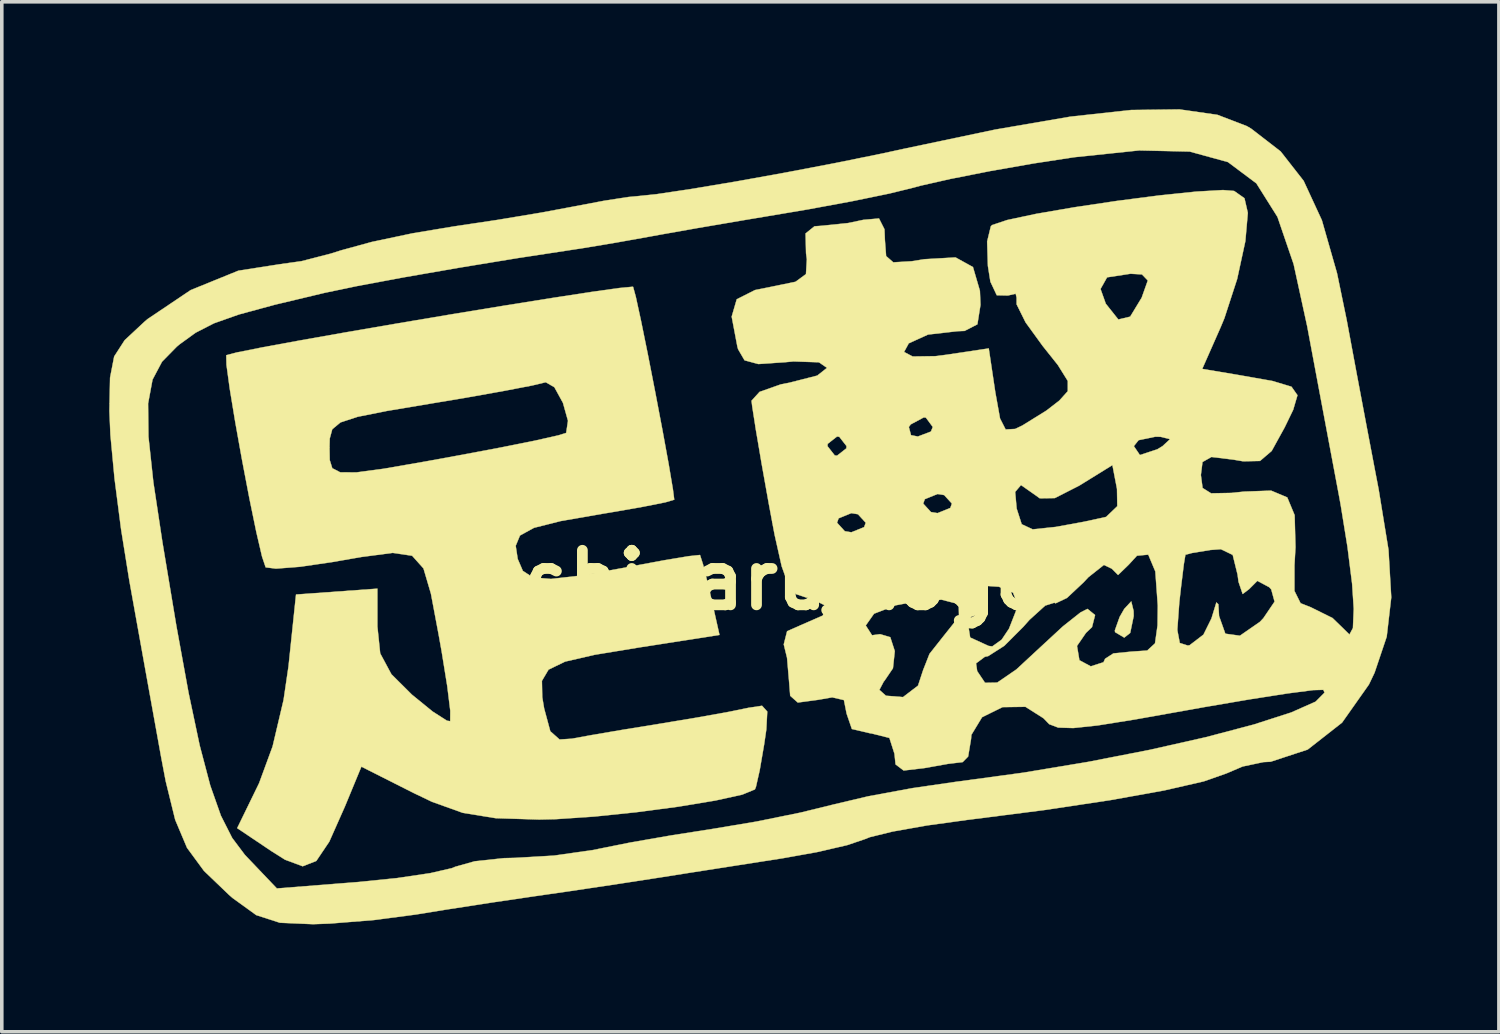
<source format=kicad_pcb>
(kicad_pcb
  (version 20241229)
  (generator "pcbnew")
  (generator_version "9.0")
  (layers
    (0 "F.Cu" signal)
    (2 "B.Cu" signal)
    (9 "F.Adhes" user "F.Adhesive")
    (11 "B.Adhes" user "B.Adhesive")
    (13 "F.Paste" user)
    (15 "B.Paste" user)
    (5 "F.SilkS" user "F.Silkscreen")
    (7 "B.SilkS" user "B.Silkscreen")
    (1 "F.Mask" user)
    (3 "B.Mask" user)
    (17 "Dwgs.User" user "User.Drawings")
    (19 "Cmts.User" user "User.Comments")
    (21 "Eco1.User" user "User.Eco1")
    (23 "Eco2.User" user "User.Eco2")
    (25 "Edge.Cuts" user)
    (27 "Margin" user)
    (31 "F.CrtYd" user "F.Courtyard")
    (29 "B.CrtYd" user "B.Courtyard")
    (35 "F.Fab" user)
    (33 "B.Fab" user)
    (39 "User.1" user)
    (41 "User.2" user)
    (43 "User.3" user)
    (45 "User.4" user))
  (footprint "ashigaru_logo"
    (layer "F.Cu")
    (at 18.183 13.15)
    (property "Reference" "ashigaru_logo" (at 0 0 0) (layer "F.SilkS") (effects (font (size 1.524 1.524) (thickness 0.3))))
    (attr through_hole)
    (fp_poly (pts (xy 10.42 0.858) (xy 10.423 1.003) (xy 10.326 1.472) (xy 10.16 1.604) (xy 9.903 1.451) (xy 9.897 1.404) (xy 10.03 1.029) (xy 10.16 0.802) (xy 10.355 0.592) (xy 10.42 0.858)) (stroke (width 0.01) (type solid)) (fill yes) (layer "F.SilkS"))
    (fp_poly (pts (xy -3.555 -8.189) (xy -3.48 -7.916) (xy -3.335 -7.248) (xy -3.145 -6.314) (xy -2.936 -5.245) (xy -2.732 -4.173) (xy -2.559 -3.226) (xy -2.443 -2.536) (xy -2.406 -2.247) (xy -2.649 -2.175) (xy -3.291 -2.047) (xy -4.202 -1.888) (xy -4.38 -1.859) (xy -5.574 -1.651) (xy -6.323 -1.462) (xy -6.714 -1.247) (xy -6.833 -0.96) (xy -6.777 -0.592) (xy -6.634 -0.26) (xy -6.355 -0.076) (xy -5.848 -0.034) (xy -5.019 -0.128) (xy -3.773 -0.352) (xy -3.609 -0.384) (xy -2.686 -0.556) (xy -2.001 -0.67) (xy -1.691 -0.703) (xy -1.686 -0.701) (xy -1.601 -0.436) (xy -1.45 0.169) (xy -1.388 0.438) (xy -1.143 1.529) (xy -3.362 1.875) (xy -4.631 2.084) (xy -5.454 2.274) (xy -5.916 2.498) (xy -6.101 2.811) (xy -6.092 3.265) (xy -6.039 3.582) (xy -5.867 4.219) (xy -5.608 4.449) (xy -5.268 4.427) (xy -4.71 4.325) (xy -3.819 4.173) (xy -2.807 4.009) (xy -1.774 3.837) (xy -0.878 3.676) (xy -0.326 3.563) (xy 0.045 3.507) (xy 0.191 3.668) (xy 0.165 4.169) (xy 0.105 4.581) (xy -0.02 5.308) (xy -0.125 5.772) (xy -0.154 5.843) (xy -0.507 5.988) (xy -1.262 6.154) (xy -2.289 6.324) (xy -3.459 6.479) (xy -4.64 6.601) (xy -5.703 6.673) (xy -6.179 6.684) (xy -7.392 6.646) (xy -8.311 6.497) (xy -9.172 6.188) (xy -9.677 5.946) (xy -11.142 5.207) (xy -11.599 6.312) (xy -12.038 7.301) (xy -12.401 7.84) (xy -12.781 7.989) (xy -13.275 7.805) (xy -13.655 7.565) (xy -14.61 6.924) (xy -13.998 5.668) (xy -13.621 4.642) (xy -13.315 3.345) (xy -13.177 2.406) (xy -12.967 0.401) (xy -10.695 0.237) (xy -10.695 1.294) (xy -10.617 2.044) (xy -10.304 2.627) (xy -9.731 3.197) (xy -9.151 3.669) (xy -8.753 3.924) (xy -8.662 3.938) (xy -8.66 3.646) (xy -8.745 2.955) (xy -8.901 1.99) (xy -8.986 1.515) (xy -9.2 0.378) (xy -9.408 -0.328) (xy -9.725 -0.682) (xy -10.267 -0.762) (xy -11.15 -0.646) (xy -11.957 -0.505) (xy -12.856 -0.374) (xy -13.528 -0.322) (xy -13.815 -0.358) (xy -13.916 -0.658) (xy -14.076 -1.344) (xy -14.27 -2.286) (xy -14.474 -3.354) (xy -14.537 -3.704) (xy -12.032 -3.704) (xy -12.026 -3.354) (xy -11.955 -3.126) (xy -11.735 -3.012) (xy -11.285 -3.009) (xy -10.522 -3.111) (xy -9.365 -3.312) (xy -8.445 -3.48) (xy -7.263 -3.702) (xy -6.291 -3.897) (xy -5.641 -4.044) (xy -5.424 -4.112) (xy -5.373 -4.45) (xy -5.514 -4.952) (xy -5.753 -5.388) (xy -5.994 -5.527) (xy -6.374 -5.436) (xy -7.159 -5.285) (xy -8.224 -5.095) (xy -9.169 -4.937) (xy -10.426 -4.726) (xy -11.248 -4.562) (xy -11.726 -4.405) (xy -11.955 -4.215) (xy -12.026 -3.953) (xy -12.032 -3.704) (xy -14.537 -3.704) (xy -14.665 -4.417) (xy -14.818 -5.347) (xy -14.909 -6.012) (xy -14.915 -6.281) (xy -14.62 -6.359) (xy -13.897 -6.503) (xy -12.84 -6.697) (xy -11.54 -6.927) (xy -10.094 -7.176) (xy -8.594 -7.429) (xy -7.134 -7.669) (xy -5.807 -7.881) (xy -4.709 -8.05) (xy -3.931 -8.159) (xy -3.569 -8.193) (xy -3.555 -8.189)) (stroke (width 0.01) (type solid)) (fill yes) (layer "F.SilkS"))
    (fp_poly (pts (xy 12.76 -12.994) (xy 13.581 -12.679) (xy 13.704 -12.607) (xy 14.526 -11.972) (xy 15.169 -11.15) (xy 15.678 -10.049) (xy 16.1 -8.574) (xy 16.37 -7.268) (xy 16.636 -5.84) (xy 16.913 -4.37) (xy 17.158 -3.082) (xy 17.262 -2.54) (xy 17.538 -0.848) (xy 17.615 0.48) (xy 17.488 1.578) (xy 17.15 2.582) (xy 16.992 2.913) (xy 16.241 3.978) (xy 15.281 4.73) (xy 14.246 5.07) (xy 14.046 5.08) (xy 13.464 5.203) (xy 13.017 5.394) (xy 12.38 5.618) (xy 11.276 5.871) (xy 9.771 6.142) (xy 7.929 6.419) (xy 5.818 6.689) (xy 5.775 6.694) (xy 4.651 6.849) (xy 3.693 7.019) (xy 3.054 7.176) (xy 2.922 7.229) (xy 2.424 7.398) (xy 1.582 7.593) (xy 0.623 7.765) (xy -0.634 7.961) (xy -1.972 8.17) (xy -2.807 8.302) (xy -3.968 8.481) (xy -5.318 8.683) (xy -6.283 8.822) (xy -7.512 9.003) (xy -8.784 9.2) (xy -9.625 9.337) (xy -10.789 9.49) (xy -12.023 9.589) (xy -12.49 9.606) (xy -13.417 9.566) (xy -14.079 9.352) (xy -14.741 8.873) (xy -14.84 8.786) (xy -15.537 8.118) (xy -16.011 7.473) (xy -16.341 6.691) (xy -16.606 5.612) (xy -16.731 4.955) (xy -16.924 3.886) (xy -17.175 2.497) (xy -17.445 0.996) (xy -17.624 0) (xy -17.852 -1.42) (xy -18.035 -2.837) (xy -18.15 -4.06) (xy -18.178 -4.725) (xy -18.174 -4.933) (xy -17.098 -4.933) (xy -17.088 -4.008) (xy -16.951 -2.737) (xy -16.699 -1.069) (xy -16.309 1.272) (xy -15.968 3.144) (xy -15.658 4.611) (xy -15.362 5.734) (xy -15.065 6.576) (xy -14.749 7.2) (xy -14.398 7.667) (xy -14.355 7.713) (xy -13.502 8.608) (xy -11.245 8.43) (xy -10.147 8.319) (xy -9.218 8.181) (xy -8.615 8.042) (xy -8.522 8.003) (xy -7.975 7.849) (xy -7.159 7.762) (xy -6.839 7.754) (xy -5.766 7.691) (xy -4.67 7.535) (xy -4.482 7.496) (xy -3.629 7.325) (xy -2.493 7.127) (xy -1.337 6.946) (xy -0.113 6.741) (xy 1.121 6.49) (xy 2.042 6.264) (xy 3.015 6.034) (xy 4.256 5.805) (xy 5.497 5.625) (xy 5.518 5.623) (xy 7.342 5.375) (xy 9.15 5.074) (xy 10.871 4.738) (xy 12.436 4.385) (xy 13.776 4.031) (xy 14.822 3.694) (xy 15.503 3.392) (xy 15.752 3.141) (xy 15.718 3.062) (xy 15.432 3.07) (xy 14.718 3.163) (xy 13.674 3.326) (xy 12.396 3.544) (xy 11.922 3.629) (xy 10.452 3.891) (xy 9.42 4.056) (xy 8.736 4.129) (xy 8.314 4.116) (xy 8.064 4.021) (xy 7.905 3.856) (xy 7.401 3.536) (xy 6.761 3.545) (xy 6.19 3.826) (xy 5.891 4.319) (xy 5.882 4.433) (xy 5.8 4.925) (xy 5.648 5.08) (xy 5.241 5.129) (xy 4.586 5.246) (xy 4.579 5.247) (xy 3.999 5.315) (xy 3.774 5.144) (xy 3.743 4.846) (xy 3.602 4.405) (xy 3.095 4.278) (xy 3.075 4.278) (xy 2.554 4.156) (xy 2.406 3.724) (xy 2.406 3.722) (xy 2.332 3.348) (xy 2.005 3.272) (xy 1.604 3.342) (xy 1.044 3.417) (xy 0.832 3.229) (xy 0.802 2.85) (xy 0.744 2.17) (xy 0.652 1.793) (xy 0.745 1.426) (xy 1.11 1.265) (xy 2.941 1.265) (xy 3.117 1.538) (xy 3.342 1.508) (xy 3.626 1.592) (xy 3.752 1.981) (xy 3.701 2.46) (xy 3.457 2.819) (xy 3.447 2.825) (xy 3.322 3.063) (xy 3.505 3.227) (xy 3.982 3.265) (xy 4.401 2.945) (xy 4.545 2.507) (xy 4.618 2.323) (xy 6.021 2.323) (xy 6.053 2.54) (xy 6.272 2.866) (xy 6.612 2.86) (xy 7.147 2.493) (xy 7.817 1.872) (xy 8.448 1.289) (xy 8.938 0.901) (xy 9.133 0.802) (xy 9.345 0.974) (xy 9.259 1.311) (xy 9.091 1.471) (xy 8.84 1.836) (xy 8.907 2.235) (xy 9.224 2.406) (xy 9.58 2.292) (xy 9.625 2.195) (xy 9.856 2.045) (xy 10.361 1.995) (xy 10.801 1.965) (xy 11.018 1.765) (xy 11.071 1.39) (xy 11.641 1.39) (xy 11.71 1.754) (xy 11.932 1.825) (xy 11.984 1.817) (xy 12.371 1.521) (xy 12.595 1.068) (xy 12.732 0.621) (xy 12.787 0.673) (xy 12.807 1.003) (xy 12.982 1.495) (xy 13.389 1.551) (xy 13.945 1.166) (xy 14.043 1.063) (xy 14.357 0.6) (xy 14.264 0.259) (xy 14.207 0.196) (xy 13.877 0.019) (xy 13.647 0.249) (xy 13.466 0.387) (xy 13.35 0.045) (xy 13.324 -0.154) (xy 13.188 -0.705) (xy 12.857 -0.865) (xy 12.566 -0.843) (xy 12.052 -0.759) (xy 11.867 -0.709) (xy 11.823 -0.445) (xy 11.746 0.182) (xy 11.697 0.615) (xy 11.641 1.39) (xy 11.071 1.39) (xy 11.089 1.259) (xy 11.096 0.71) (xy 11.027 -0.244) (xy 10.83 -0.713) (xy 10.514 -0.683) (xy 10.28 -0.428) (xy 9.987 -0.145) (xy 9.813 -0.32) (xy 9.592 -0.426) (xy 9.157 -0.082) (xy 9.023 0.062) (xy 8.56 0.496) (xy 8.242 0.647) (xy 8.206 0.63) (xy 7.952 0.71) (xy 7.514 1.107) (xy 7.34 1.303) (xy 6.81 1.833) (xy 6.358 2.121) (xy 6.268 2.139) (xy 6.021 2.323) (xy 4.618 2.323) (xy 4.721 2.059) (xy 5.08 1.604) (xy 5.412 1.187) (xy 5.791 1.187) (xy 5.857 1.601) (xy 6.371 1.836) (xy 6.474 1.85) (xy 6.736 1.662) (xy 6.942 1.354) (xy 7.193 0.714) (xy 7.054 0.35) (xy 6.658 0.183) (xy 6.249 0.156) (xy 6.21 0.464) (xy 6.232 0.553) (xy 6.255 0.911) (xy 6.153 0.938) (xy 5.888 1.02) (xy 5.791 1.187) (xy 5.412 1.187) (xy 5.545 1.021) (xy 5.537 0.668) (xy 5.053 0.544) (xy 4.086 0.644) (xy 3.777 0.702) (xy 3.173 0.936) (xy 2.941 1.265) (xy 1.11 1.265) (xy 1.187 1.231) (xy 1.744 0.987) (xy 1.823 0.715) (xy 1.412 0.509) (xy 1.283 0.486) (xy 0.997 0.39) (xy 0.781 0.132) (xy 0.594 -0.388) (xy 0.396 -1.27) (xy 0.333 -1.604) (xy 2.139 -1.604) (xy 2.356 -1.367) (xy 2.54 -1.337) (xy 2.896 -1.481) (xy 2.941 -1.604) (xy 2.724 -1.841) (xy 2.54 -1.872) (xy 2.184 -1.727) (xy 2.139 -1.604) (xy 0.333 -1.604) (xy 0.233 -2.139) (xy 4.545 -2.139) (xy 4.762 -1.902) (xy 4.946 -1.872) (xy 5.302 -2.016) (xy 5.347 -2.139) (xy 5.131 -2.376) (xy 4.946 -2.406) (xy 4.591 -2.262) (xy 4.545 -2.139) (xy 0.233 -2.139) (xy 0.175 -2.464) (xy 7.113 -2.464) (xy 7.155 -1.999) (xy 7.296 -1.562) (xy 7.602 -1.419) (xy 8.25 -1.487) (xy 8.254 -1.488) (xy 9.024 -1.629) (xy 9.612 -1.756) (xy 9.654 -1.767) (xy 9.965 -2.065) (xy 9.957 -2.548) (xy 9.829 -3.213) (xy 8.906 -2.642) (xy 8.22 -2.292) (xy 7.8 -2.286) (xy 7.681 -2.372) (xy 7.276 -2.656) (xy 7.113 -2.464) (xy 0.175 -2.464) (xy 0.031 -3.269) (xy -0.049 -3.743) (xy 1.872 -3.743) (xy 2.075 -3.484) (xy 2.139 -3.476) (xy 2.399 -3.679) (xy 2.406 -3.743) (xy 10.427 -3.743) (xy 10.596 -3.494) (xy 11.083 -3.654) (xy 11.229 -3.743) (xy 11.439 -3.938) (xy 11.174 -4.003) (xy 11.029 -4.006) (xy 10.56 -3.909) (xy 10.427 -3.743) (xy 2.406 -3.743) (xy 2.203 -4.003) (xy 2.139 -4.011) (xy 1.879 -3.807) (xy 1.872 -3.743) (xy -0.049 -3.743) (xy -0.13 -4.216) (xy -0.139 -4.278) (xy 4.144 -4.278) (xy 4.205 -4.049) (xy 4.396 -4.011) (xy 4.762 -4.15) (xy 4.813 -4.278) (xy 4.621 -4.538) (xy 4.561 -4.545) (xy 4.199 -4.351) (xy 4.144 -4.278) (xy -0.139 -4.278) (xy -0.228 -4.846) (xy -0.248 -5.01) (xy -0.023 -5.258) (xy 0.57 -5.467) (xy 0.802 -5.512) (xy 1.587 -5.712) (xy 1.86 -5.928) (xy 1.634 -6.084) (xy 0.925 -6.108) (xy 0.69 -6.086) (xy -0.058 -6.035) (xy -0.443 -6.139) (xy -0.623 -6.449) (xy -0.643 -6.519) (xy -0.802 -7.359) (xy -0.661 -7.843) (xy -0.15 -8.101) (xy 0.292 -8.19) (xy 0.981 -8.332) (xy 1.272 -8.546) (xy 1.297 -8.958) (xy 1.274 -9.129) (xy 1.261 -9.681) (xy 1.51 -9.881) (xy 1.717 -9.896) (xy 2.445 -9.971) (xy 2.874 -10.061) (xy 3.311 -10.1) (xy 3.464 -9.798) (xy 3.476 -9.499) (xy 3.51 -9.05) (xy 3.71 -8.875) (xy 4.224 -8.905) (xy 4.578 -8.962) (xy 5.448 -9.012) (xy 5.935 -8.743) (xy 6.129 -8.08) (xy 6.145 -7.687) (xy 6.059 -7.144) (xy 5.701 -6.96) (xy 5.503 -6.952) (xy 4.68 -6.858) (xy 4.142 -6.613) (xy 4.011 -6.372) (xy 4.25 -6.246) (xy 4.884 -6.255) (xy 5.193 -6.294) (xy 6.376 -6.471) (xy 6.559 -5.247) (xy 6.691 -4.514) (xy 6.847 -4.208) (xy 7.114 -4.223) (xy 7.315 -4.319) (xy 7.988 -4.737) (xy 8.346 -5.014) (xy 8.583 -5.277) (xy 8.583 -5.563) (xy 8.305 -6.009) (xy 7.881 -6.541) (xy 7.404 -7.199) (xy 7.154 -7.703) (xy 7.154 -7.888) (xy 7.128 -7.999) (xy 6.912 -7.949) (xy 6.6 -7.956) (xy 6.518 -8.131) (xy 9.497 -8.131) (xy 9.644 -7.719) (xy 9.994 -7.279) (xy 10.325 -7.358) (xy 10.646 -7.887) (xy 10.817 -8.368) (xy 10.654 -8.538) (xy 10.333 -8.556) (xy 9.68 -8.456) (xy 9.497 -8.131) (xy 6.518 -8.131) (xy 6.422 -8.334) (xy 6.352 -8.775) (xy 6.331 -9.456) (xy 6.434 -9.88) (xy 6.469 -9.915) (xy 6.89 -10.056) (xy 7.702 -10.229) (xy 8.77 -10.413) (xy 9.961 -10.591) (xy 11.138 -10.743) (xy 12.169 -10.85) (xy 12.918 -10.893) (xy 13.227 -10.868) (xy 13.516 -10.665) (xy 13.61 -10.257) (xy 13.543 -9.489) (xy 13.54 -9.462) (xy 13.312 -8.409) (xy 12.956 -7.315) (xy 12.854 -7.07) (xy 12.337 -5.899) (xy 13.32 -5.734) (xy 14.297 -5.562) (xy 14.829 -5.402) (xy 14.996 -5.164) (xy 14.877 -4.758) (xy 14.638 -4.265) (xy 14.276 -3.608) (xy 13.95 -3.329) (xy 13.479 -3.319) (xy 13.204 -3.366) (xy 12.593 -3.44) (xy 12.344 -3.299) (xy 12.299 -2.936) (xy 12.347 -2.574) (xy 12.585 -2.425) (xy 13.154 -2.436) (xy 13.505 -2.473) (xy 14.261 -2.5) (xy 14.711 -2.311) (xy 14.917 -1.816) (xy 14.941 -0.923) (xy 14.912 -0.411) (xy 14.912 0.3) (xy 15.083 0.644) (xy 15.367 0.756) (xy 15.975 1.057) (xy 16.227 1.301) (xy 16.448 1.518) (xy 16.545 1.337) (xy 16.568 0.802) (xy 16.522 0.1) (xy 16.392 -0.933) (xy 16.203 -2.1) (xy 16.147 -2.406) (xy 15.882 -3.816) (xy 15.579 -5.428) (xy 15.299 -6.923) (xy 15.269 -7.085) (xy 14.889 -8.825) (xy 14.438 -10.143) (xy 13.849 -11.08) (xy 13.054 -11.675) (xy 11.986 -11.968) (xy 10.577 -12) (xy 8.761 -11.81) (xy 7.62 -11.635) (xy 6.418 -11.424) (xy 5.306 -11.204) (xy 4.471 -11.015) (xy 4.278 -10.962) (xy 3.596 -10.795) (xy 2.563 -10.582) (xy 1.356 -10.359) (xy 0.802 -10.265) (xy -0.491 -10.048) (xy -1.757 -9.832) (xy -2.785 -9.65) (xy -3.075 -9.597) (xy -4.041 -9.424) (xy -4.928 -9.276) (xy -5.214 -9.232) (xy -6.78 -8.993) (xy -8.412 -8.725) (xy -9.959 -8.456) (xy -11.271 -8.211) (xy -12.165 -8.024) (xy -13.569 -7.689) (xy -14.562 -7.419) (xy -15.258 -7.173) (xy -15.771 -6.91) (xy -16.214 -6.589) (xy -16.297 -6.52) (xy -16.709 -6.1) (xy -16.974 -5.6) (xy -17.098 -4.933) (xy -18.174 -4.933) (xy -18.16 -5.653) (xy -18.045 -6.246) (xy -17.752 -6.7) (xy -17.199 -7.216) (xy -17.114 -7.289) (xy -15.908 -8.1) (xy -14.578 -8.641) (xy -13.414 -8.823) (xy -12.815 -8.907) (xy -11.994 -9.119) (xy -11.707 -9.21) (xy -10.849 -9.445) (xy -9.709 -9.686) (xy -8.556 -9.878) (xy -7.341 -10.06) (xy -6.123 -10.263) (xy -5.214 -10.433) (xy -4.36 -10.595) (xy -3.687 -10.699) (xy -3.476 -10.718) (xy -2.905 -10.777) (xy -1.936 -10.922) (xy -0.694 -11.13) (xy 0.693 -11.38) (xy 2.102 -11.649) (xy 3.405 -11.914) (xy 4.011 -12.046) (xy 6.557 -12.582) (xy 8.652 -12.942) (xy 10.349 -13.128) (xy 11.701 -13.145) (xy 12.76 -12.994)) (stroke (width 0.01) (type solid)) (fill yes) (layer "F.SilkS")))
  (gr_rect
    (start -3 -3)
    (end 38.804 25.76)
    (stroke (width 0.1) (type default))
    (fill no)
    (layer "Edge.Cuts")))
</source>
